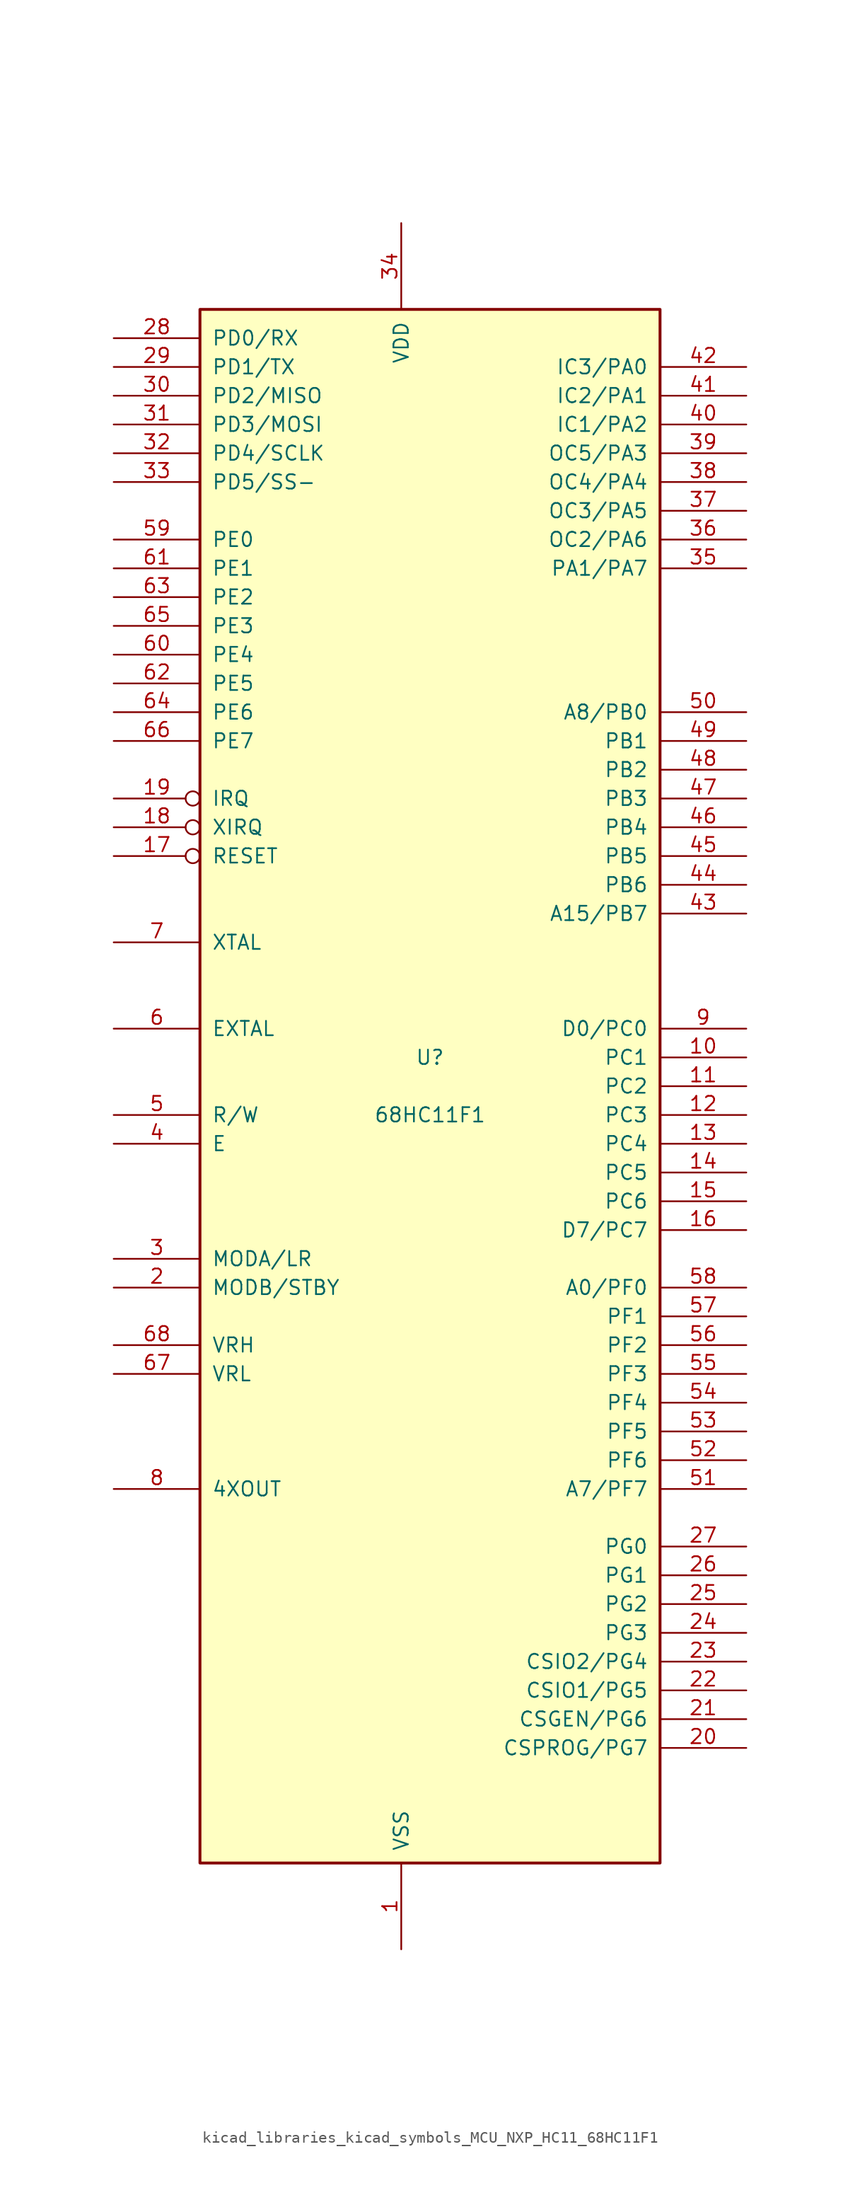
<source format=kicad_sym>
(kicad_symbol_lib
  (version 20220914)
  (generator kicad_symbol_editor)
  (symbol "kicad_libraries_kicad_symbols_MCU_NXP_HC11_68HC11F1"
    (pin_names
      (offset 1.016))
    (property "Reference" "U"
      (at 0 2.54 0)
      (effects (font (size 1.27 1.27))))
    (property "Value" "68HC11F1"
      (at 0 -2.54 0)
      (effects (font (size 1.27 1.27))))
    (symbol "kicad_libraries_kicad_symbols_MCU_NXP_HC11_68HC11F1_0_1"
      (rectangle (start -20.32 -68.58) (end 20.32 68.58) (stroke (width 0.254) (type default)) (fill (type background))))
    (symbol "kicad_libraries_kicad_symbols_MCU_NXP_HC11_68HC11F1_1_1"
      (pin power_in line (at -2.54 -76.2 90) (length 7.62) (name "VSS" (effects (font (size 1.27 1.27)))) (number "1" (effects (font (size 1.27 1.27)))))
      (pin bidirectional line (at 27.94 2.54 180) (length 7.62) (name "PC1" (effects (font (size 1.27 1.27)))) (number "10" (effects (font (size 1.27 1.27)))))
      (pin bidirectional line (at 27.94 0 180) (length 7.62) (name "PC2" (effects (font (size 1.27 1.27)))) (number "11" (effects (font (size 1.27 1.27)))))
      (pin input line (at 27.94 -2.54 180) (length 7.62) (name "PC3" (effects (font (size 1.27 1.27)))) (number "12" (effects (font (size 1.27 1.27)))))
      (pin bidirectional line (at 27.94 -5.08 180) (length 7.62) (name "PC4" (effects (font (size 1.27 1.27)))) (number "13" (effects (font (size 1.27 1.27)))))
      (pin bidirectional line (at 27.94 -7.62 180) (length 7.62) (name "PC5" (effects (font (size 1.27 1.27)))) (number "14" (effects (font (size 1.27 1.27)))))
      (pin bidirectional line (at 27.94 -10.16 180) (length 7.62) (name "PC6" (effects (font (size 1.27 1.27)))) (number "15" (effects (font (size 1.27 1.27)))))
      (pin bidirectional line (at 27.94 -12.7 180) (length 7.62) (name "D7/PC7" (effects (font (size 1.27 1.27)))) (number "16" (effects (font (size 1.27 1.27)))))
      (pin input inverted (at -27.94 20.32 0) (length 7.62) (name "RESET" (effects (font (size 1.27 1.27)))) (number "17" (effects (font (size 1.27 1.27)))))
      (pin input inverted (at -27.94 22.86 0) (length 7.62) (name "XIRQ" (effects (font (size 1.27 1.27)))) (number "18" (effects (font (size 1.27 1.27)))))
      (pin input inverted (at -27.94 25.4 0) (length 7.62) (name "IRQ" (effects (font (size 1.27 1.27)))) (number "19" (effects (font (size 1.27 1.27)))))
      (pin input line (at -27.94 -17.78 0) (length 7.62) (name "MODB/STBY" (effects (font (size 1.27 1.27)))) (number "2" (effects (font (size 1.27 1.27)))))
      (pin bidirectional line (at 27.94 -58.42 180) (length 7.62) (name "CSPROG/PG7" (effects (font (size 1.27 1.27)))) (number "20" (effects (font (size 1.27 1.27)))))
      (pin bidirectional line (at 27.94 -55.88 180) (length 7.62) (name "CSGEN/PG6" (effects (font (size 1.27 1.27)))) (number "21" (effects (font (size 1.27 1.27)))))
      (pin bidirectional line (at 27.94 -53.34 180) (length 7.62) (name "CSIO1/PG5" (effects (font (size 1.27 1.27)))) (number "22" (effects (font (size 1.27 1.27)))))
      (pin bidirectional line (at 27.94 -50.8 180) (length 7.62) (name "CSIO2/PG4" (effects (font (size 1.27 1.27)))) (number "23" (effects (font (size 1.27 1.27)))))
      (pin input line (at 27.94 -48.26 180) (length 7.62) (name "PG3" (effects (font (size 1.27 1.27)))) (number "24" (effects (font (size 1.27 1.27)))))
      (pin bidirectional line (at 27.94 -45.72 180) (length 7.62) (name "PG2" (effects (font (size 1.27 1.27)))) (number "25" (effects (font (size 1.27 1.27)))))
      (pin bidirectional line (at 27.94 -43.18 180) (length 7.62) (name "PG1" (effects (font (size 1.27 1.27)))) (number "26" (effects (font (size 1.27 1.27)))))
      (pin bidirectional line (at 27.94 -40.64 180) (length 7.62) (name "PG0" (effects (font (size 1.27 1.27)))) (number "27" (effects (font (size 1.27 1.27)))))
      (pin bidirectional line (at -27.94 66.04 0) (length 7.62) (name "PD0/RX" (effects (font (size 1.27 1.27)))) (number "28" (effects (font (size 1.27 1.27)))))
      (pin bidirectional line (at -27.94 63.5 0) (length 7.62) (name "PD1/TX" (effects (font (size 1.27 1.27)))) (number "29" (effects (font (size 1.27 1.27)))))
      (pin input line (at -27.94 -15.24 0) (length 7.62) (name "MODA/LR" (effects (font (size 1.27 1.27)))) (number "3" (effects (font (size 1.27 1.27)))))
      (pin bidirectional line (at -27.94 60.96 0) (length 7.62) (name "PD2/MISO" (effects (font (size 1.27 1.27)))) (number "30" (effects (font (size 1.27 1.27)))))
      (pin bidirectional line (at -27.94 58.42 0) (length 7.62) (name "PD3/MOSI" (effects (font (size 1.27 1.27)))) (number "31" (effects (font (size 1.27 1.27)))))
      (pin bidirectional line (at -27.94 55.88 0) (length 7.62) (name "PD4/SCLK" (effects (font (size 1.27 1.27)))) (number "32" (effects (font (size 1.27 1.27)))))
      (pin bidirectional line (at -27.94 53.34 0) (length 7.62) (name "PD5/SS-" (effects (font (size 1.27 1.27)))) (number "33" (effects (font (size 1.27 1.27)))))
      (pin power_in line (at -2.54 76.2 270) (length 7.62) (name "VDD" (effects (font (size 1.27 1.27)))) (number "34" (effects (font (size 1.27 1.27)))))
      (pin bidirectional line (at 27.94 45.72 180) (length 7.62) (name "PA1/PA7" (effects (font (size 1.27 1.27)))) (number "35" (effects (font (size 1.27 1.27)))))
      (pin bidirectional line (at 27.94 48.26 180) (length 7.62) (name "OC2/PA6" (effects (font (size 1.27 1.27)))) (number "36" (effects (font (size 1.27 1.27)))))
      (pin bidirectional line (at 27.94 50.8 180) (length 7.62) (name "OC3/PA5" (effects (font (size 1.27 1.27)))) (number "37" (effects (font (size 1.27 1.27)))))
      (pin output line (at 27.94 53.34 180) (length 7.62) (name "OC4/PA4" (effects (font (size 1.27 1.27)))) (number "38" (effects (font (size 1.27 1.27)))))
      (pin bidirectional line (at 27.94 55.88 180) (length 7.62) (name "OC5/PA3" (effects (font (size 1.27 1.27)))) (number "39" (effects (font (size 1.27 1.27)))))
      (pin output line (at -27.94 -5.08 0) (length 7.62) (name "E" (effects (font (size 1.27 1.27)))) (number "4" (effects (font (size 1.27 1.27)))))
      (pin bidirectional line (at 27.94 58.42 180) (length 7.62) (name "IC1/PA2" (effects (font (size 1.27 1.27)))) (number "40" (effects (font (size 1.27 1.27)))))
      (pin bidirectional line (at 27.94 60.96 180) (length 7.62) (name "IC2/PA1" (effects (font (size 1.27 1.27)))) (number "41" (effects (font (size 1.27 1.27)))))
      (pin bidirectional line (at 27.94 63.5 180) (length 7.62) (name "IC3/PA0" (effects (font (size 1.27 1.27)))) (number "42" (effects (font (size 1.27 1.27)))))
      (pin output line (at 27.94 15.24 180) (length 7.62) (name "A15/PB7" (effects (font (size 1.27 1.27)))) (number "43" (effects (font (size 1.27 1.27)))))
      (pin output line (at 27.94 17.78 180) (length 7.62) (name "PB6" (effects (font (size 1.27 1.27)))) (number "44" (effects (font (size 1.27 1.27)))))
      (pin output line (at 27.94 20.32 180) (length 7.62) (name "PB5" (effects (font (size 1.27 1.27)))) (number "45" (effects (font (size 1.27 1.27)))))
      (pin output line (at 27.94 22.86 180) (length 7.62) (name "PB4" (effects (font (size 1.27 1.27)))) (number "46" (effects (font (size 1.27 1.27)))))
      (pin output line (at 27.94 25.4 180) (length 7.62) (name "PB3" (effects (font (size 1.27 1.27)))) (number "47" (effects (font (size 1.27 1.27)))))
      (pin output line (at 27.94 27.94 180) (length 7.62) (name "PB2" (effects (font (size 1.27 1.27)))) (number "48" (effects (font (size 1.27 1.27)))))
      (pin tri_state line (at 27.94 30.48 180) (length 7.62) (name "PB1" (effects (font (size 1.27 1.27)))) (number "49" (effects (font (size 1.27 1.27)))))
      (pin output line (at -27.94 -2.54 0) (length 7.62) (name "R/W" (effects (font (size 1.27 1.27)))) (number "5" (effects (font (size 1.27 1.27)))))
      (pin tri_state line (at 27.94 33.02 180) (length 7.62) (name "A8/PB0" (effects (font (size 1.27 1.27)))) (number "50" (effects (font (size 1.27 1.27)))))
      (pin bidirectional line (at 27.94 -35.56 180) (length 7.62) (name "A7/PF7" (effects (font (size 1.27 1.27)))) (number "51" (effects (font (size 1.27 1.27)))))
      (pin bidirectional line (at 27.94 -33.02 180) (length 7.62) (name "PF6" (effects (font (size 1.27 1.27)))) (number "52" (effects (font (size 1.27 1.27)))))
      (pin bidirectional line (at 27.94 -30.48 180) (length 7.62) (name "PF5" (effects (font (size 1.27 1.27)))) (number "53" (effects (font (size 1.27 1.27)))))
      (pin bidirectional line (at 27.94 -27.94 180) (length 7.62) (name "PF4" (effects (font (size 1.27 1.27)))) (number "54" (effects (font (size 1.27 1.27)))))
      (pin bidirectional line (at 27.94 -25.4 180) (length 7.62) (name "PF3" (effects (font (size 1.27 1.27)))) (number "55" (effects (font (size 1.27 1.27)))))
      (pin bidirectional line (at 27.94 -22.86 180) (length 7.62) (name "PF2" (effects (font (size 1.27 1.27)))) (number "56" (effects (font (size 1.27 1.27)))))
      (pin bidirectional line (at 27.94 -20.32 180) (length 7.62) (name "PF1" (effects (font (size 1.27 1.27)))) (number "57" (effects (font (size 1.27 1.27)))))
      (pin bidirectional line (at 27.94 -17.78 180) (length 7.62) (name "A0/PF0" (effects (font (size 1.27 1.27)))) (number "58" (effects (font (size 1.27 1.27)))))
      (pin input line (at -27.94 48.26 0) (length 7.62) (name "PE0" (effects (font (size 1.27 1.27)))) (number "59" (effects (font (size 1.27 1.27)))))
      (pin input line (at -27.94 5.08 0) (length 7.62) (name "EXTAL" (effects (font (size 1.27 1.27)))) (number "6" (effects (font (size 1.27 1.27)))))
      (pin input line (at -27.94 38.1 0) (length 7.62) (name "PE4" (effects (font (size 1.27 1.27)))) (number "60" (effects (font (size 1.27 1.27)))))
      (pin input line (at -27.94 45.72 0) (length 7.62) (name "PE1" (effects (font (size 1.27 1.27)))) (number "61" (effects (font (size 1.27 1.27)))))
      (pin input line (at -27.94 35.56 0) (length 7.62) (name "PE5" (effects (font (size 1.27 1.27)))) (number "62" (effects (font (size 1.27 1.27)))))
      (pin input line (at -27.94 43.18 0) (length 7.62) (name "PE2" (effects (font (size 1.27 1.27)))) (number "63" (effects (font (size 1.27 1.27)))))
      (pin input line (at -27.94 33.02 0) (length 7.62) (name "PE6" (effects (font (size 1.27 1.27)))) (number "64" (effects (font (size 1.27 1.27)))))
      (pin input line (at -27.94 40.64 0) (length 7.62) (name "PE3" (effects (font (size 1.27 1.27)))) (number "65" (effects (font (size 1.27 1.27)))))
      (pin input line (at -27.94 30.48 0) (length 7.62) (name "PE7" (effects (font (size 1.27 1.27)))) (number "66" (effects (font (size 1.27 1.27)))))
      (pin passive line (at -27.94 -25.4 0) (length 7.62) (name "VRL" (effects (font (size 1.27 1.27)))) (number "67" (effects (font (size 1.27 1.27)))))
      (pin passive line (at -27.94 -22.86 0) (length 7.62) (name "VRH" (effects (font (size 1.27 1.27)))) (number "68" (effects (font (size 1.27 1.27)))))
      (pin output line (at -27.94 12.7 0) (length 7.62) (name "XTAL" (effects (font (size 1.27 1.27)))) (number "7" (effects (font (size 1.27 1.27)))))
      (pin output line (at -27.94 -35.56 0) (length 7.62) (name "4XOUT" (effects (font (size 1.27 1.27)))) (number "8" (effects (font (size 1.27 1.27)))))
      (pin bidirectional line (at 27.94 5.08 180) (length 7.62) (name "D0/PC0" (effects (font (size 1.27 1.27)))) (number "9" (effects (font (size 1.27 1.27))))))))
</source>
